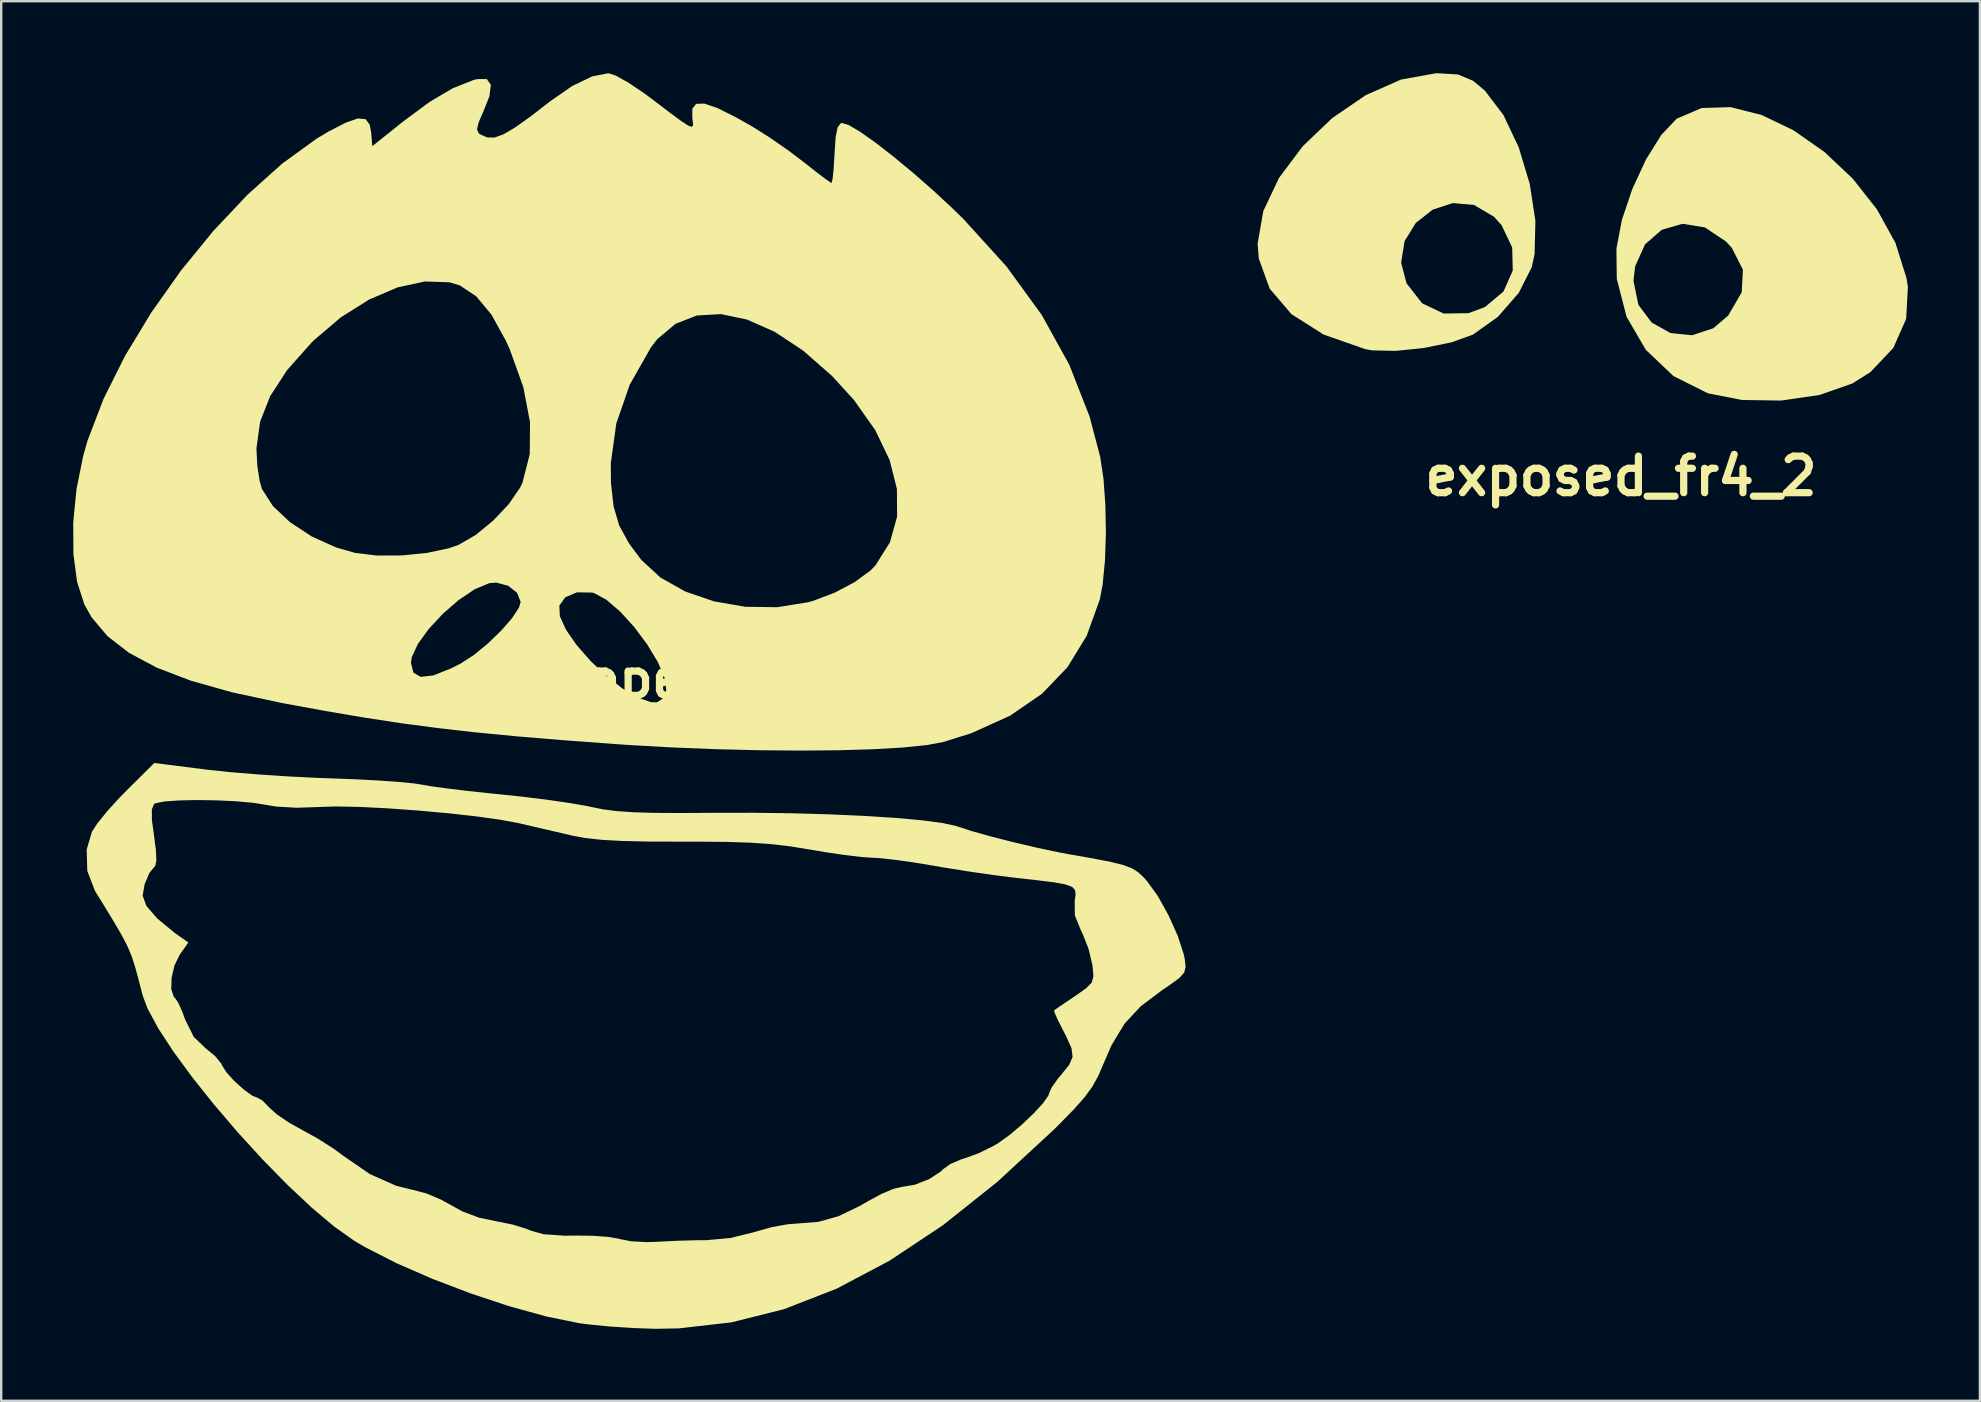
<source format=kicad_pcb>
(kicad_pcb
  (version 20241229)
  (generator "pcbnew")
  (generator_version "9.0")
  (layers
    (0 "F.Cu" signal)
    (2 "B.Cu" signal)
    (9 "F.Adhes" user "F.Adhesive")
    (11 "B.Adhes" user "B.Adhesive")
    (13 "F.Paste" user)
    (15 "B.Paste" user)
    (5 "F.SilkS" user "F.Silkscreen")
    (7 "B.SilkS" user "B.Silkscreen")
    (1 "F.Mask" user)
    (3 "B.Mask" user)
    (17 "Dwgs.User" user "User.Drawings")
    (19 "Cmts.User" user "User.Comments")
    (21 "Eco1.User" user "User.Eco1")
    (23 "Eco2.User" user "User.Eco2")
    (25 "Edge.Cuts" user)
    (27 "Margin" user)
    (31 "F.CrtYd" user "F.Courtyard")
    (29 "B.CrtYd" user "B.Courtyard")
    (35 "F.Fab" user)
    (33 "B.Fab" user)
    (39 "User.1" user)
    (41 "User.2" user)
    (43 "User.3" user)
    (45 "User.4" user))
  (footprint "copper"
    (layer "F.Cu")
    (at 22.536 25.231)
    (property "Reference" "copper" (at 0 0 0) (layer "F.SilkS") (effects (font (size 1.524 1.524) (thickness 0.3))))
    (attr board_only exclude_from_pos_files exclude_from_bom)
    (fp_poly (pts (xy 0.072 -25.129) (xy 0.572 -24.85) (xy 1.193 -24.435) (xy 1.562 -24.164) (xy 2.283 -23.615) (xy 2.775 -23.251) (xy 3.079 -23.05) (xy 3.235 -22.994) (xy 3.287 -23.062) (xy 3.273 -23.235) (xy 3.255 -23.357) (xy 3.255 -23.751) (xy 3.413 -23.955) (xy 3.754 -23.966) (xy 4.3 -23.78) (xy 5.075 -23.393) (xy 5.762 -23.004) (xy 6.483 -22.549) (xy 7.277 -21.997) (xy 7.922 -21.508) (xy 8.423 -21.112) (xy 8.816 -20.814) (xy 9.033 -20.666) (xy 9.053 -20.659) (xy 9.096 -20.814) (xy 9.14 -21.223) (xy 9.175 -21.803) (xy 9.179 -21.885) (xy 9.225 -22.565) (xy 9.304 -22.964) (xy 9.431 -23.139) (xy 9.483 -23.157) (xy 9.762 -23.076) (xy 10.241 -22.794) (xy 10.876 -22.346) (xy 11.624 -21.766) (xy 12.442 -21.09) (xy 13.285 -20.352) (xy 14.109 -19.586) (xy 14.57 -19.135) (xy 16.353 -17.167) (xy 17.812 -15.159) (xy 18.957 -13.09) (xy 19.801 -10.937) (xy 20.244 -9.26) (xy 20.383 -8.341) (xy 20.462 -7.241) (xy 20.483 -6.068) (xy 20.445 -4.929) (xy 20.348 -3.931) (xy 20.23 -3.309) (xy 19.683 -1.793) (xy 18.881 -0.484) (xy 17.818 0.623) (xy 16.485 1.537) (xy 14.876 2.263) (xy 13.716 2.628) (xy 13.026 2.757) (xy 12.041 2.858) (xy 10.804 2.93) (xy 9.36 2.973) (xy 7.75 2.987) (xy 6.018 2.972) (xy 4.206 2.928) (xy 2.359 2.853) (xy 0.519 2.748) (xy 0 2.712) (xy -2.176 2.55) (xy -4.084 2.391) (xy -5.793 2.226) (xy -7.372 2.047) (xy -8.891 1.845) (xy -10.42 1.611) (xy -12.029 1.337) (xy -13.787 1.015) (xy -13.885 0.996) (xy -15.92 0.559) (xy -17.639 0.074) (xy -19.063 -0.471) (xy -19.446 -0.676) (xy -8.467 -0.676) (xy -8.367 -0.261) (xy -8.062 -0.084) (xy -7.541 -0.143) (xy -6.792 -0.438) (xy -6.391 -0.642) (xy -5.845 -0.996) (xy -5.265 -1.471) (xy -4.715 -2.003) (xy -4.261 -2.522) (xy -3.969 -2.963) (xy -3.941 -3.053) (xy -2.285 -3.053) (xy -2.264 -2.61) (xy -2.007 -2.046) (xy -1.566 -1.411) (xy -0.995 -0.758) (xy -0.346 -0.141) (xy 0.326 0.388) (xy 0.969 0.776) (xy 1.531 0.971) (xy 1.778 0.978) (xy 2.072 0.79) (xy 2.17 0.467) (xy 2.096 -0.054) (xy 1.812 -0.713) (xy 1.372 -1.44) (xy 0.833 -2.161) (xy 0.247 -2.806) (xy -0.329 -3.301) (xy -0.84 -3.575) (xy -0.924 -3.596) (xy -1.552 -3.606) (xy -2.037 -3.4) (xy -2.285 -3.053) (xy -3.941 -3.053) (xy -3.895 -3.203) (xy -4.045 -3.587) (xy -4.42 -3.88) (xy -4.906 -4.012) (xy -5.206 -3.987) (xy -5.808 -3.735) (xy -6.471 -3.291) (xy -7.129 -2.721) (xy -7.718 -2.089) (xy -8.174 -1.462) (xy -8.432 -0.906) (xy -8.467 -0.676) (xy -19.446 -0.676) (xy -20.212 -1.085) (xy -21.107 -1.779) (xy -21.769 -2.563) (xy -22.07 -3.097) (xy -22.373 -4.033) (xy -22.528 -5.197) (xy -22.536 -6.513) (xy -22.399 -7.906) (xy -22.118 -9.299) (xy -22.05 -9.535) (xy -14.901 -9.535) (xy -14.865 -8.864) (xy -14.77 -8.247) (xy -14.673 -7.911) (xy -14.22 -7.203) (xy -13.504 -6.526) (xy -12.598 -5.932) (xy -11.577 -5.472) (xy -10.792 -5.248) (xy -9.889 -5.139) (xy -8.848 -5.143) (xy -7.802 -5.247) (xy -6.882 -5.443) (xy -6.479 -5.585) (xy -5.765 -5.999) (xy -5.035 -6.598) (xy -4.387 -7.286) (xy -3.919 -7.967) (xy -3.821 -8.174) (xy -3.616 -8.973) (xy -0.143 -8.973) (xy -0.134 -8.154) (xy -0.025 -7.184) (xy 0.208 -6.392) (xy 0.616 -5.644) (xy 1.126 -4.961) (xy 1.925 -4.223) (xy 2.962 -3.639) (xy 4.167 -3.227) (xy 5.467 -3.004) (xy 6.793 -2.986) (xy 8.073 -3.191) (xy 8.297 -3.254) (xy 9.192 -3.594) (xy 10.019 -4.033) (xy 10.671 -4.51) (xy 10.883 -4.726) (xy 11.488 -5.69) (xy 11.785 -6.759) (xy 11.778 -7.909) (xy 11.474 -9.117) (xy 10.877 -10.36) (xy 9.992 -11.615) (xy 9.077 -12.617) (xy 7.87 -13.676) (xy 6.681 -14.461) (xy 5.533 -14.969) (xy 4.447 -15.196) (xy 3.448 -15.139) (xy 2.558 -14.793) (xy 1.798 -14.156) (xy 1.534 -13.815) (xy 0.648 -12.257) (xy 0.087 -10.637) (xy -0.143 -8.973) (xy -3.616 -8.973) (xy -3.518 -9.357) (xy -3.506 -10.69) (xy -3.785 -12.154) (xy -4.351 -13.73) (xy -4.515 -14.092) (xy -5.114 -15.176) (xy -5.748 -15.937) (xy -6.432 -16.392) (xy -6.856 -16.521) (xy -7.892 -16.555) (xy -9.027 -16.308) (xy -10.209 -15.803) (xy -11.387 -15.062) (xy -12.508 -14.108) (xy -12.609 -14.007) (xy -13.626 -12.864) (xy -14.334 -11.775) (xy -14.753 -10.704) (xy -14.901 -9.616) (xy -14.901 -9.535) (xy -22.05 -9.535) (xy -21.937 -9.93) (xy -21.274 -11.662) (xy -20.377 -13.455) (xy -19.287 -15.256) (xy -18.046 -17.01) (xy -16.695 -18.665) (xy -15.277 -20.168) (xy -13.832 -21.464) (xy -12.402 -22.501) (xy -11.922 -22.788) (xy -11.184 -23.171) (xy -10.675 -23.347) (xy -10.354 -23.316) (xy -10.182 -23.078) (xy -10.128 -22.781) (xy -10.075 -22.194) (xy -8.805 -23.209) (xy -7.693 -24.033) (xy -6.729 -24.603) (xy -5.87 -24.944) (xy -5.717 -24.985) (xy -5.31 -24.989) (xy -5.137 -24.751) (xy -5.198 -24.27) (xy -5.43 -23.683) (xy -5.648 -23.182) (xy -5.715 -22.892) (xy -5.644 -22.73) (xy -5.58 -22.682) (xy -5.3 -22.557) (xy -4.992 -22.551) (xy -4.609 -22.687) (xy -4.105 -22.985) (xy -3.433 -23.468) (xy -2.694 -24.042) (xy -1.751 -24.698) (xy -0.912 -25.1) (xy -0.238 -25.231)) (stroke (width 0) (type solid)) (fill yes) (layer "F.SilkS"))
    (fp_poly (pts (xy -16.988 3.779) (xy -16.041 3.881) (xy -14.875 3.977) (xy -13.612 4.061) (xy -12.37 4.124) (xy -11.804 4.144) (xy -10.77 4.183) (xy -9.802 4.234) (xy -8.971 4.293) (xy -8.351 4.353) (xy -8.064 4.398) (xy -7.637 4.472) (xy -6.953 4.566) (xy -6.094 4.669) (xy -5.141 4.771) (xy -4.726 4.812) (xy -3.705 4.922) (xy -2.694 5.049) (xy -1.793 5.181) (xy -1.099 5.304) (xy -0.931 5.341) (xy -0.444 5.438) (xy 0.109 5.508) (xy 0.781 5.555) (xy 1.628 5.581) (xy 2.704 5.588) (xy 4.064 5.58) (xy 5.746 5.577) (xy 7.397 5.598) (xy 8.974 5.643) (xy 10.434 5.709) (xy 11.733 5.792) (xy 12.831 5.892) (xy 13.682 6.005) (xy 14.245 6.128) (xy 14.309 6.15) (xy 14.888 6.339) (xy 15.699 6.566) (xy 16.639 6.805) (xy 17.609 7.033) (xy 18.505 7.223) (xy 18.965 7.309) (xy 19.967 7.485) (xy 20.695 7.627) (xy 21.208 7.755) (xy 21.565 7.889) (xy 21.826 8.052) (xy 22.051 8.263) (xy 22.199 8.427) (xy 22.651 9.053) (xy 23.099 9.861) (xy 23.481 10.716) (xy 23.73 11.485) (xy 23.77 11.684) (xy 23.804 12.001) (xy 23.745 12.236) (xy 23.537 12.465) (xy 23.126 12.765) (xy 22.842 12.954) (xy 21.934 13.638) (xy 21.256 14.369) (xy 20.721 15.256) (xy 20.393 16.01) (xy 20.169 16.532) (xy 19.92 16.983) (xy 19.593 17.432) (xy 19.134 17.948) (xy 18.492 18.602) (xy 18.271 18.82) (xy 15.962 20.952) (xy 13.699 22.756) (xy 11.471 24.237) (xy 9.267 25.402) (xy 7.075 26.257) (xy 4.884 26.806) (xy 2.682 27.057) (xy 1.721 27.074) (xy 0.772 27.042) (xy -0.239 26.974) (xy -1.149 26.882) (xy -1.483 26.836) (xy -2.835 26.559) (xy -4.364 26.136) (xy -5.976 25.602) (xy -7.576 24.992) (xy -9.07 24.34) (xy -10.363 23.681) (xy -10.835 23.403) (xy -11.664 22.815) (xy -12.599 22.028) (xy -13.603 21.085) (xy -14.639 20.029) (xy -15.67 18.902) (xy -16.658 17.748) (xy -17.567 16.609) (xy -18.359 15.53) (xy -18.998 14.552) (xy -19.446 13.719) (xy -19.638 13.201) (xy -19.821 12.497) (xy -19.968 11.962) (xy -20.111 11.527) (xy -20.283 11.123) (xy -20.514 10.679) (xy -20.836 10.127) (xy -21.281 9.396) (xy -21.506 9.031) (xy -19.643 9.031) (xy -19.488 9.457) (xy -19.037 9.981) (xy -18.311 10.579) (xy -18.123 10.713) (xy -17.74 10.982) (xy -18.098 11.486) (xy -18.315 11.928) (xy -18.437 12.449) (xy -18.452 12.927) (xy -18.346 13.245) (xy -18.301 13.285) (xy -18.16 13.49) (xy -17.976 13.907) (xy -17.877 14.184) (xy -17.512 14.918) (xy -17.023 15.385) (xy -16.628 15.71) (xy -16.37 16.024) (xy -16.338 16.094) (xy -16.156 16.388) (xy -15.817 16.759) (xy -15.419 17.118) (xy -15.061 17.373) (xy -14.877 17.441) (xy -14.654 17.563) (xy -14.372 17.853) (xy -14.052 18.143) (xy -13.54 18.489) (xy -13.014 18.782) (xy -12.344 19.152) (xy -11.68 19.575) (xy -11.281 19.87) (xy -10.178 20.629) (xy -9.07 21.122) (xy -8.44 21.274) (xy -7.811 21.439) (xy -7.205 21.697) (xy -7.112 21.75) (xy -6.332 22.18) (xy -5.636 22.444) (xy -4.856 22.607) (xy -4.806 22.614) (xy -4.201 22.739) (xy -3.655 22.91) (xy -3.498 22.979) (xy -2.942 23.135) (xy -2.075 23.195) (xy -1.635 23.191) (xy -0.913 23.198) (xy -0.26 23.245) (xy 0.201 23.323) (xy 0.254 23.34) (xy 0.706 23.428) (xy 1.33 23.463) (xy 1.778 23.45) (xy 2.564 23.409) (xy 3.425 23.385) (xy 3.828 23.383) (xy 4.836 23.293) (xy 5.83 23.048) (xy 5.855 23.039) (xy 6.54 22.845) (xy 7.238 22.718) (xy 7.614 22.69) (xy 8.507 22.619) (xy 9.345 22.384) (xy 10.251 21.947) (xy 10.568 21.761) (xy 11.135 21.455) (xy 11.644 21.241) (xy 11.964 21.167) (xy 12.526 21.072) (xy 13.127 20.836) (xy 13.602 20.526) (xy 13.693 20.432) (xy 14.001 20.21) (xy 14.475 20.009) (xy 14.606 19.97) (xy 15.19 19.757) (xy 15.814 19.449) (xy 15.984 19.349) (xy 16.474 18.998) (xy 16.999 18.554) (xy 17.49 18.086) (xy 17.878 17.661) (xy 18.095 17.345) (xy 18.119 17.26) (xy 18.223 17.022) (xy 18.485 16.653) (xy 18.627 16.484) (xy 18.956 16.075) (xy 19.096 15.745) (xy 19.05 15.383) (xy 18.824 14.879) (xy 18.705 14.651) (xy 18.475 14.198) (xy 18.34 13.889) (xy 18.324 13.807) (xy 18.479 13.7) (xy 18.831 13.461) (xy 19.197 13.214) (xy 19.656 12.892) (xy 19.892 12.652) (xy 19.964 12.388) (xy 19.93 11.993) (xy 19.917 11.898) (xy 19.761 11.247) (xy 19.508 10.604) (xy 19.45 10.493) (xy 19.191 9.856) (xy 19.183 9.252) (xy 19.22 8.99) (xy 19.2 8.8) (xy 19.076 8.664) (xy 18.799 8.562) (xy 18.322 8.475) (xy 17.597 8.385) (xy 16.764 8.293) (xy 15.864 8.18) (xy 14.804 8.028) (xy 13.756 7.862) (xy 13.305 7.783) (xy 12.471 7.645) (xy 11.685 7.535) (xy 11.052 7.466) (xy 10.753 7.451) (xy 10.295 7.42) (xy 9.608 7.338) (xy 8.794 7.218) (xy 8.153 7.109) (xy 7.351 6.979) (xy 6.562 6.886) (xy 5.706 6.825) (xy 4.705 6.791) (xy 3.481 6.78) (xy 2.822 6.781) (xy 1.435 6.777) (xy 0.334 6.752) (xy -0.532 6.704) (xy -1.217 6.628) (xy -1.745 6.529) (xy -2.549 6.342) (xy -3.424 6.139) (xy -3.956 6.015) (xy -4.73 5.87) (xy -5.744 5.728) (xy -6.918 5.597) (xy -8.168 5.484) (xy -9.412 5.394) (xy -10.567 5.335) (xy -11.551 5.314) (xy -12.277 5.336) (xy -13.222 5.369) (xy -14.074 5.32) (xy -14.472 5.254) (xy -15.032 5.163) (xy -15.756 5.098) (xy -16.566 5.059) (xy -17.384 5.047) (xy -18.131 5.063) (xy -18.729 5.106) (xy -19.101 5.178) (xy -19.17 5.216) (xy -19.261 5.441) (xy -19.258 5.877) (xy -19.167 6.548) (xy -19.091 7.133) (xy -19.072 7.575) (xy -19.114 7.782) (xy -19.115 7.783) (xy -19.366 8.09) (xy -19.565 8.568) (xy -19.643 9.031) (xy -21.506 9.031) (xy -21.63 8.829) (xy -21.949 8.002) (xy -21.975 7.108) (xy -21.757 6.368) (xy -21.523 6.011) (xy -21.114 5.507) (xy -20.598 4.939) (xy -20.33 4.666) (xy -19.159 3.504)) (stroke (width 0) (type solid)) (fill yes) (layer "F.SilkS")))
  (footprint "exposed_fr4_2"
    (layer "F.Cu")
    (at 64.477 16.785)
    (property "Reference" "exposed_fr4_2" (at 0 0 0) (layer "F.SilkS") (effects (font (size 1.524 1.524) (thickness 0.3))))
    (attr board_only exclude_from_pos_files exclude_from_bom)
    (fp_poly (pts (xy 5.861 -15.044) (xy 7.187 -14.406) (xy 8.474 -13.506) (xy 9.656 -12.391) (xy 10.664 -11.111) (xy 11.433 -9.716) (xy 11.893 -8.253) (xy 11.952 -7.888) (xy 11.88 -6.551) (xy 11.343 -5.338) (xy 10.387 -4.331) (xy 9.633 -3.858) (xy 8.274 -3.382) (xy 6.669 -3.149) (xy 5.03 -3.173) (xy 3.619 -3.452) (xy 2.182 -4.171) (xy 1.035 -5.261) (xy 0.232 -6.639) (xy -0.153 -8.134) (xy 0.521 -8.134) (xy 0.725 -7.138) (xy 1.278 -6.399) (xy 2.061 -5.961) (xy 2.957 -5.868) (xy 3.848 -6.161) (xy 4.467 -6.69) (xy 5.029 -7.656) (xy 5.08 -8.598) (xy 4.62 -9.505) (xy 4.381 -9.769) (xy 3.493 -10.363) (xy 2.562 -10.512) (xy 1.696 -10.261) (xy 1.002 -9.656) (xy 0.59 -8.743) (xy 0.521 -8.134) (xy -0.153 -8.134) (xy -0.175 -8.221) (xy -0.19 -9.474) (xy 0.036 -10.667) (xy 0.469 -11.955) (xy 1.04 -13.187) (xy 1.679 -14.214) (xy 2.315 -14.885) (xy 2.326 -14.893) (xy 3.363 -15.336) (xy 4.564 -15.371)) (stroke (width 0) (type solid)) (fill yes) (layer "F.SilkS"))
    (fp_poly (pts (xy -6.787 -16.731) (xy -6.162 -16.47) (xy -5.675 -16.064) (xy -4.898 -15.046) (xy -4.258 -13.693) (xy -3.8 -12.168) (xy -3.565 -10.633) (xy -3.599 -9.252) (xy -3.717 -8.707) (xy -4.256 -7.637) (xy -5.127 -6.637) (xy -6.164 -5.898) (xy -6.169 -5.895) (xy -7.059 -5.575) (xy -8.202 -5.34) (xy -9.38 -5.218) (xy -10.375 -5.24) (xy -10.647 -5.289) (xy -12.389 -5.898) (xy -13.726 -6.746) (xy -14.633 -7.808) (xy -15.026 -8.891) (xy -9.159 -8.891) (xy -8.934 -8.034) (xy -8.284 -7.2) (xy -7.39 -6.774) (xy -6.357 -6.788) (xy -5.668 -7.043) (xy -4.892 -7.695) (xy -4.509 -8.565) (xy -4.532 -9.527) (xy -4.973 -10.453) (xy -5.288 -10.803) (xy -6.123 -11.299) (xy -7.007 -11.375) (xy -7.846 -11.1) (xy -8.548 -10.547) (xy -9.016 -9.787) (xy -9.159 -8.891) (xy -15.026 -8.891) (xy -15.087 -9.062) (xy -15.137 -9.686) (xy -14.9 -11.044) (xy -14.246 -12.423) (xy -13.26 -13.74) (xy -12.028 -14.917) (xy -10.635 -15.87) (xy -9.168 -16.519) (xy -7.712 -16.783) (xy -7.65 -16.785)) (stroke (width 0) (type solid)) (fill yes) (layer "F.SilkS")))
  (gr_rect
    (start -3 -3)
    (end 79.429 55.305)
    (stroke (width 0.1) (type default))
    (fill no)
    (layer "Edge.Cuts")))
</source>
